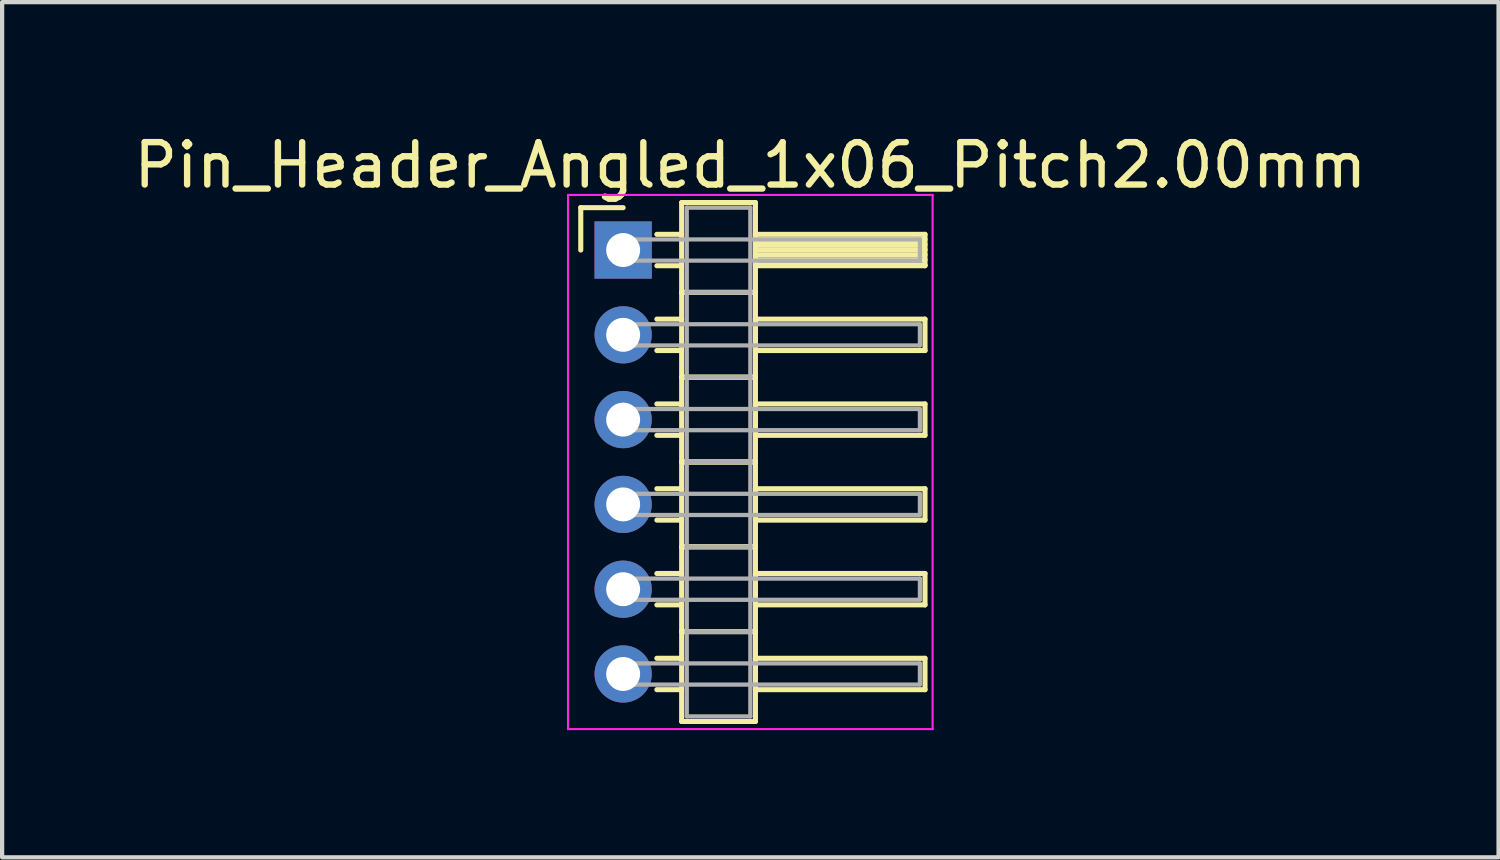
<source format=kicad_pcb>
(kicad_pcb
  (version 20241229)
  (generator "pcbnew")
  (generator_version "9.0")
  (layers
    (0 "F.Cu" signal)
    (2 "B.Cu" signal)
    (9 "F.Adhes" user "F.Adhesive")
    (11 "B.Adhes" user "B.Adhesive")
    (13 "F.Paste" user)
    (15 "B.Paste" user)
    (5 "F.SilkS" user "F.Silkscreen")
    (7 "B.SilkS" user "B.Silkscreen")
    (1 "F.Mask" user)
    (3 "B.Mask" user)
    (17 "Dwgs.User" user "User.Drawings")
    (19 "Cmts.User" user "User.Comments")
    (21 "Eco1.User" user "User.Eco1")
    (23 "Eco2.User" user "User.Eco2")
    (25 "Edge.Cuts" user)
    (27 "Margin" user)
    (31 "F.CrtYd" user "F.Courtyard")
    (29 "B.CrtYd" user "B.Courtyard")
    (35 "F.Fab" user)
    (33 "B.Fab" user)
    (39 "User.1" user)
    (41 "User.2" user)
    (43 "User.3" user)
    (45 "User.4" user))
  (footprint "Pin_Header_Angled_1x06_Pitch2.00mm"
    (layer "F.Cu")
    (at 11.649 2.848)
    (property "Reference" "Pin_Header_Angled_1x06_Pitch2.00mm" (at 3 -2 0) (layer "F.SilkS") (effects (font (size 1 1) (thickness 0.15))))
    (attr through_hole)
    (fp_line (start -1 -1) (end 0 -1) (stroke (width 0.12) (type solid)) (layer "F.SilkS"))
    (fp_line (start -1 0) (end -1 -1) (stroke (width 0.12) (type solid)) (layer "F.SilkS"))
    (fp_line (start 0.795 -0.37) (end 1.38 -0.37) (stroke (width 0.12) (type solid)) (layer "F.SilkS"))
    (fp_line (start 0.795 0.37) (end 1.38 0.37) (stroke (width 0.12) (type solid)) (layer "F.SilkS"))
    (fp_line (start 0.795 1.63) (end 1.38 1.63) (stroke (width 0.12) (type solid)) (layer "F.SilkS"))
    (fp_line (start 0.795 2.37) (end 1.38 2.37) (stroke (width 0.12) (type solid)) (layer "F.SilkS"))
    (fp_line (start 0.795 3.63) (end 1.38 3.63) (stroke (width 0.12) (type solid)) (layer "F.SilkS"))
    (fp_line (start 0.795 4.37) (end 1.38 4.37) (stroke (width 0.12) (type solid)) (layer "F.SilkS"))
    (fp_line (start 0.795 5.63) (end 1.38 5.63) (stroke (width 0.12) (type solid)) (layer "F.SilkS"))
    (fp_line (start 0.795 6.37) (end 1.38 6.37) (stroke (width 0.12) (type solid)) (layer "F.SilkS"))
    (fp_line (start 0.795 7.63) (end 1.38 7.63) (stroke (width 0.12) (type solid)) (layer "F.SilkS"))
    (fp_line (start 0.795 8.37) (end 1.38 8.37) (stroke (width 0.12) (type solid)) (layer "F.SilkS"))
    (fp_line (start 0.795 9.63) (end 1.38 9.63) (stroke (width 0.12) (type solid)) (layer "F.SilkS"))
    (fp_line (start 0.795 10.37) (end 1.38 10.37) (stroke (width 0.12) (type solid)) (layer "F.SilkS"))
    (fp_line (start 1.38 -1.12) (end 1.38 1) (stroke (width 0.12) (type solid)) (layer "F.SilkS"))
    (fp_line (start 1.38 1) (end 1.38 3) (stroke (width 0.12) (type solid)) (layer "F.SilkS"))
    (fp_line (start 1.38 1) (end 3.12 1) (stroke (width 0.12) (type solid)) (layer "F.SilkS"))
    (fp_line (start 1.38 3) (end 1.38 5) (stroke (width 0.12) (type solid)) (layer "F.SilkS"))
    (fp_line (start 1.38 3) (end 3.12 3) (stroke (width 0.12) (type solid)) (layer "F.SilkS"))
    (fp_line (start 1.38 5) (end 1.38 7) (stroke (width 0.12) (type solid)) (layer "F.SilkS"))
    (fp_line (start 1.38 5) (end 3.12 5) (stroke (width 0.12) (type solid)) (layer "F.SilkS"))
    (fp_line (start 1.38 7) (end 1.38 9) (stroke (width 0.12) (type solid)) (layer "F.SilkS"))
    (fp_line (start 1.38 7) (end 3.12 7) (stroke (width 0.12) (type solid)) (layer "F.SilkS"))
    (fp_line (start 1.38 9) (end 1.38 11.12) (stroke (width 0.12) (type solid)) (layer "F.SilkS"))
    (fp_line (start 1.38 9) (end 3.12 9) (stroke (width 0.12) (type solid)) (layer "F.SilkS"))
    (fp_line (start 1.38 11.12) (end 3.12 11.12) (stroke (width 0.12) (type solid)) (layer "F.SilkS"))
    (fp_line (start 3.12 -1.12) (end 1.38 -1.12) (stroke (width 0.12) (type solid)) (layer "F.SilkS"))
    (fp_line (start 3.12 -0.37) (end 3.12 0.37) (stroke (width 0.12) (type solid)) (layer "F.SilkS"))
    (fp_line (start 3.12 -0.25) (end 7.12 -0.25) (stroke (width 0.12) (type solid)) (layer "F.SilkS"))
    (fp_line (start 3.12 -0.13) (end 7.12 -0.13) (stroke (width 0.12) (type solid)) (layer "F.SilkS"))
    (fp_line (start 3.12 -0.01) (end 7.12 -0.01) (stroke (width 0.12) (type solid)) (layer "F.SilkS"))
    (fp_line (start 3.12 0.11) (end 7.12 0.11) (stroke (width 0.12) (type solid)) (layer "F.SilkS"))
    (fp_line (start 3.12 0.23) (end 7.12 0.23) (stroke (width 0.12) (type solid)) (layer "F.SilkS"))
    (fp_line (start 3.12 0.35) (end 7.12 0.35) (stroke (width 0.12) (type solid)) (layer "F.SilkS"))
    (fp_line (start 3.12 0.37) (end 7.12 0.37) (stroke (width 0.12) (type solid)) (layer "F.SilkS"))
    (fp_line (start 3.12 1) (end 1.38 1) (stroke (width 0.12) (type solid)) (layer "F.SilkS"))
    (fp_line (start 3.12 1) (end 3.12 -1.12) (stroke (width 0.12) (type solid)) (layer "F.SilkS"))
    (fp_line (start 3.12 1.63) (end 3.12 2.37) (stroke (width 0.12) (type solid)) (layer "F.SilkS"))
    (fp_line (start 3.12 2.37) (end 7.12 2.37) (stroke (width 0.12) (type solid)) (layer "F.SilkS"))
    (fp_line (start 3.12 3) (end 1.38 3) (stroke (width 0.12) (type solid)) (layer "F.SilkS"))
    (fp_line (start 3.12 3) (end 3.12 1) (stroke (width 0.12) (type solid)) (layer "F.SilkS"))
    (fp_line (start 3.12 3.63) (end 3.12 4.37) (stroke (width 0.12) (type solid)) (layer "F.SilkS"))
    (fp_line (start 3.12 4.37) (end 7.12 4.37) (stroke (width 0.12) (type solid)) (layer "F.SilkS"))
    (fp_line (start 3.12 5) (end 1.38 5) (stroke (width 0.12) (type solid)) (layer "F.SilkS"))
    (fp_line (start 3.12 5) (end 3.12 3) (stroke (width 0.12) (type solid)) (layer "F.SilkS"))
    (fp_line (start 3.12 5.63) (end 3.12 6.37) (stroke (width 0.12) (type solid)) (layer "F.SilkS"))
    (fp_line (start 3.12 6.37) (end 7.12 6.37) (stroke (width 0.12) (type solid)) (layer "F.SilkS"))
    (fp_line (start 3.12 7) (end 1.38 7) (stroke (width 0.12) (type solid)) (layer "F.SilkS"))
    (fp_line (start 3.12 7) (end 3.12 5) (stroke (width 0.12) (type solid)) (layer "F.SilkS"))
    (fp_line (start 3.12 7.63) (end 3.12 8.37) (stroke (width 0.12) (type solid)) (layer "F.SilkS"))
    (fp_line (start 3.12 8.37) (end 7.12 8.37) (stroke (width 0.12) (type solid)) (layer "F.SilkS"))
    (fp_line (start 3.12 9) (end 1.38 9) (stroke (width 0.12) (type solid)) (layer "F.SilkS"))
    (fp_line (start 3.12 9) (end 3.12 7) (stroke (width 0.12) (type solid)) (layer "F.SilkS"))
    (fp_line (start 3.12 9.63) (end 3.12 10.37) (stroke (width 0.12) (type solid)) (layer "F.SilkS"))
    (fp_line (start 3.12 10.37) (end 7.12 10.37) (stroke (width 0.12) (type solid)) (layer "F.SilkS"))
    (fp_line (start 3.12 11.12) (end 3.12 9) (stroke (width 0.12) (type solid)) (layer "F.SilkS"))
    (fp_line (start 7.12 -0.37) (end 3.12 -0.37) (stroke (width 0.12) (type solid)) (layer "F.SilkS"))
    (fp_line (start 7.12 0.37) (end 7.12 -0.37) (stroke (width 0.12) (type solid)) (layer "F.SilkS"))
    (fp_line (start 7.12 1.63) (end 3.12 1.63) (stroke (width 0.12) (type solid)) (layer "F.SilkS"))
    (fp_line (start 7.12 2.37) (end 7.12 1.63) (stroke (width 0.12) (type solid)) (layer "F.SilkS"))
    (fp_line (start 7.12 3.63) (end 3.12 3.63) (stroke (width 0.12) (type solid)) (layer "F.SilkS"))
    (fp_line (start 7.12 4.37) (end 7.12 3.63) (stroke (width 0.12) (type solid)) (layer "F.SilkS"))
    (fp_line (start 7.12 5.63) (end 3.12 5.63) (stroke (width 0.12) (type solid)) (layer "F.SilkS"))
    (fp_line (start 7.12 6.37) (end 7.12 5.63) (stroke (width 0.12) (type solid)) (layer "F.SilkS"))
    (fp_line (start 7.12 7.63) (end 3.12 7.63) (stroke (width 0.12) (type solid)) (layer "F.SilkS"))
    (fp_line (start 7.12 8.37) (end 7.12 7.63) (stroke (width 0.12) (type solid)) (layer "F.SilkS"))
    (fp_line (start 7.12 9.63) (end 3.12 9.63) (stroke (width 0.12) (type solid)) (layer "F.SilkS"))
    (fp_line (start 7.12 10.37) (end 7.12 9.63) (stroke (width 0.12) (type solid)) (layer "F.SilkS"))
    (fp_line (start -1.3 -1.3) (end -1.3 11.3) (stroke (width 0.05) (type solid)) (layer "F.CrtYd"))
    (fp_line (start -1.3 11.3) (end 7.3 11.3) (stroke (width 0.05) (type solid)) (layer "F.CrtYd"))
    (fp_line (start 7.3 -1.3) (end -1.3 -1.3) (stroke (width 0.05) (type solid)) (layer "F.CrtYd"))
    (fp_line (start 7.3 11.3) (end 7.3 -1.3) (stroke (width 0.05) (type solid)) (layer "F.CrtYd"))
    (fp_line (start 0 -0.25) (end 0 0.25) (stroke (width 0.1) (type solid)) (layer "F.Fab"))
    (fp_line (start 0 0.25) (end 7 0.25) (stroke (width 0.1) (type solid)) (layer "F.Fab"))
    (fp_line (start 0 1.75) (end 0 2.25) (stroke (width 0.1) (type solid)) (layer "F.Fab"))
    (fp_line (start 0 2.25) (end 7 2.25) (stroke (width 0.1) (type solid)) (layer "F.Fab"))
    (fp_line (start 0 3.75) (end 0 4.25) (stroke (width 0.1) (type solid)) (layer "F.Fab"))
    (fp_line (start 0 4.25) (end 7 4.25) (stroke (width 0.1) (type solid)) (layer "F.Fab"))
    (fp_line (start 0 5.75) (end 0 6.25) (stroke (width 0.1) (type solid)) (layer "F.Fab"))
    (fp_line (start 0 6.25) (end 7 6.25) (stroke (width 0.1) (type solid)) (layer "F.Fab"))
    (fp_line (start 0 7.75) (end 0 8.25) (stroke (width 0.1) (type solid)) (layer "F.Fab"))
    (fp_line (start 0 8.25) (end 7 8.25) (stroke (width 0.1) (type solid)) (layer "F.Fab"))
    (fp_line (start 0 9.75) (end 0 10.25) (stroke (width 0.1) (type solid)) (layer "F.Fab"))
    (fp_line (start 0 10.25) (end 7 10.25) (stroke (width 0.1) (type solid)) (layer "F.Fab"))
    (fp_line (start 1.5 -1) (end 1.5 1) (stroke (width 0.1) (type solid)) (layer "F.Fab"))
    (fp_line (start 1.5 1) (end 1.5 3) (stroke (width 0.1) (type solid)) (layer "F.Fab"))
    (fp_line (start 1.5 1) (end 3 1) (stroke (width 0.1) (type solid)) (layer "F.Fab"))
    (fp_line (start 1.5 3) (end 1.5 5) (stroke (width 0.1) (type solid)) (layer "F.Fab"))
    (fp_line (start 1.5 3) (end 3 3) (stroke (width 0.1) (type solid)) (layer "F.Fab"))
    (fp_line (start 1.5 5) (end 1.5 7) (stroke (width 0.1) (type solid)) (layer "F.Fab"))
    (fp_line (start 1.5 5) (end 3 5) (stroke (width 0.1) (type solid)) (layer "F.Fab"))
    (fp_line (start 1.5 7) (end 1.5 9) (stroke (width 0.1) (type solid)) (layer "F.Fab"))
    (fp_line (start 1.5 7) (end 3 7) (stroke (width 0.1) (type solid)) (layer "F.Fab"))
    (fp_line (start 1.5 9) (end 1.5 11) (stroke (width 0.1) (type solid)) (layer "F.Fab"))
    (fp_line (start 1.5 9) (end 3 9) (stroke (width 0.1) (type solid)) (layer "F.Fab"))
    (fp_line (start 1.5 11) (end 3 11) (stroke (width 0.1) (type solid)) (layer "F.Fab"))
    (fp_line (start 3 -1) (end 1.5 -1) (stroke (width 0.1) (type solid)) (layer "F.Fab"))
    (fp_line (start 3 1) (end 1.5 1) (stroke (width 0.1) (type solid)) (layer "F.Fab"))
    (fp_line (start 3 1) (end 3 -1) (stroke (width 0.1) (type solid)) (layer "F.Fab"))
    (fp_line (start 3 3) (end 1.5 3) (stroke (width 0.1) (type solid)) (layer "F.Fab"))
    (fp_line (start 3 3) (end 3 1) (stroke (width 0.1) (type solid)) (layer "F.Fab"))
    (fp_line (start 3 5) (end 1.5 5) (stroke (width 0.1) (type solid)) (layer "F.Fab"))
    (fp_line (start 3 5) (end 3 3) (stroke (width 0.1) (type solid)) (layer "F.Fab"))
    (fp_line (start 3 7) (end 1.5 7) (stroke (width 0.1) (type solid)) (layer "F.Fab"))
    (fp_line (start 3 7) (end 3 5) (stroke (width 0.1) (type solid)) (layer "F.Fab"))
    (fp_line (start 3 9) (end 1.5 9) (stroke (width 0.1) (type solid)) (layer "F.Fab"))
    (fp_line (start 3 9) (end 3 7) (stroke (width 0.1) (type solid)) (layer "F.Fab"))
    (fp_line (start 3 11) (end 3 9) (stroke (width 0.1) (type solid)) (layer "F.Fab"))
    (fp_line (start 7 -0.25) (end 0 -0.25) (stroke (width 0.1) (type solid)) (layer "F.Fab"))
    (fp_line (start 7 0.25) (end 7 -0.25) (stroke (width 0.1) (type solid)) (layer "F.Fab"))
    (fp_line (start 7 1.75) (end 0 1.75) (stroke (width 0.1) (type solid)) (layer "F.Fab"))
    (fp_line (start 7 2.25) (end 7 1.75) (stroke (width 0.1) (type solid)) (layer "F.Fab"))
    (fp_line (start 7 3.75) (end 0 3.75) (stroke (width 0.1) (type solid)) (layer "F.Fab"))
    (fp_line (start 7 4.25) (end 7 3.75) (stroke (width 0.1) (type solid)) (layer "F.Fab"))
    (fp_line (start 7 5.75) (end 0 5.75) (stroke (width 0.1) (type solid)) (layer "F.Fab"))
    (fp_line (start 7 6.25) (end 7 5.75) (stroke (width 0.1) (type solid)) (layer "F.Fab"))
    (fp_line (start 7 7.75) (end 0 7.75) (stroke (width 0.1) (type solid)) (layer "F.Fab"))
    (fp_line (start 7 8.25) (end 7 7.75) (stroke (width 0.1) (type solid)) (layer "F.Fab"))
    (fp_line (start 7 9.75) (end 0 9.75) (stroke (width 0.1) (type solid)) (layer "F.Fab"))
    (fp_line (start 7 10.25) (end 7 9.75) (stroke (width 0.1) (type solid)) (layer "F.Fab"))
    (pad "1" thru_hole rect (at 0 0) (size 1.35 1.35) (drill 0.8) (layers "*.Cu" "*.Mask"))
    (pad "2" thru_hole oval (at 0 2) (size 1.35 1.35) (drill 0.8) (layers "*.Cu" "*.Mask"))
    (pad "3" thru_hole oval (at 0 4) (size 1.35 1.35) (drill 0.8) (layers "*.Cu" "*.Mask"))
    (pad "4" thru_hole oval (at 0 6) (size 1.35 1.35) (drill 0.8) (layers "*.Cu" "*.Mask"))
    (pad "5" thru_hole oval (at 0 8) (size 1.35 1.35) (drill 0.8) (layers "*.Cu" "*.Mask"))
    (pad "6" thru_hole oval (at 0 10) (size 1.35 1.35) (drill 0.8) (layers "*.Cu" "*.Mask")))
  (gr_rect
    (start -3 -3)
    (end 32.298 17.173)
    (stroke (width 0.1) (type default))
    (fill no)
    (layer "Edge.Cuts")))
</source>
